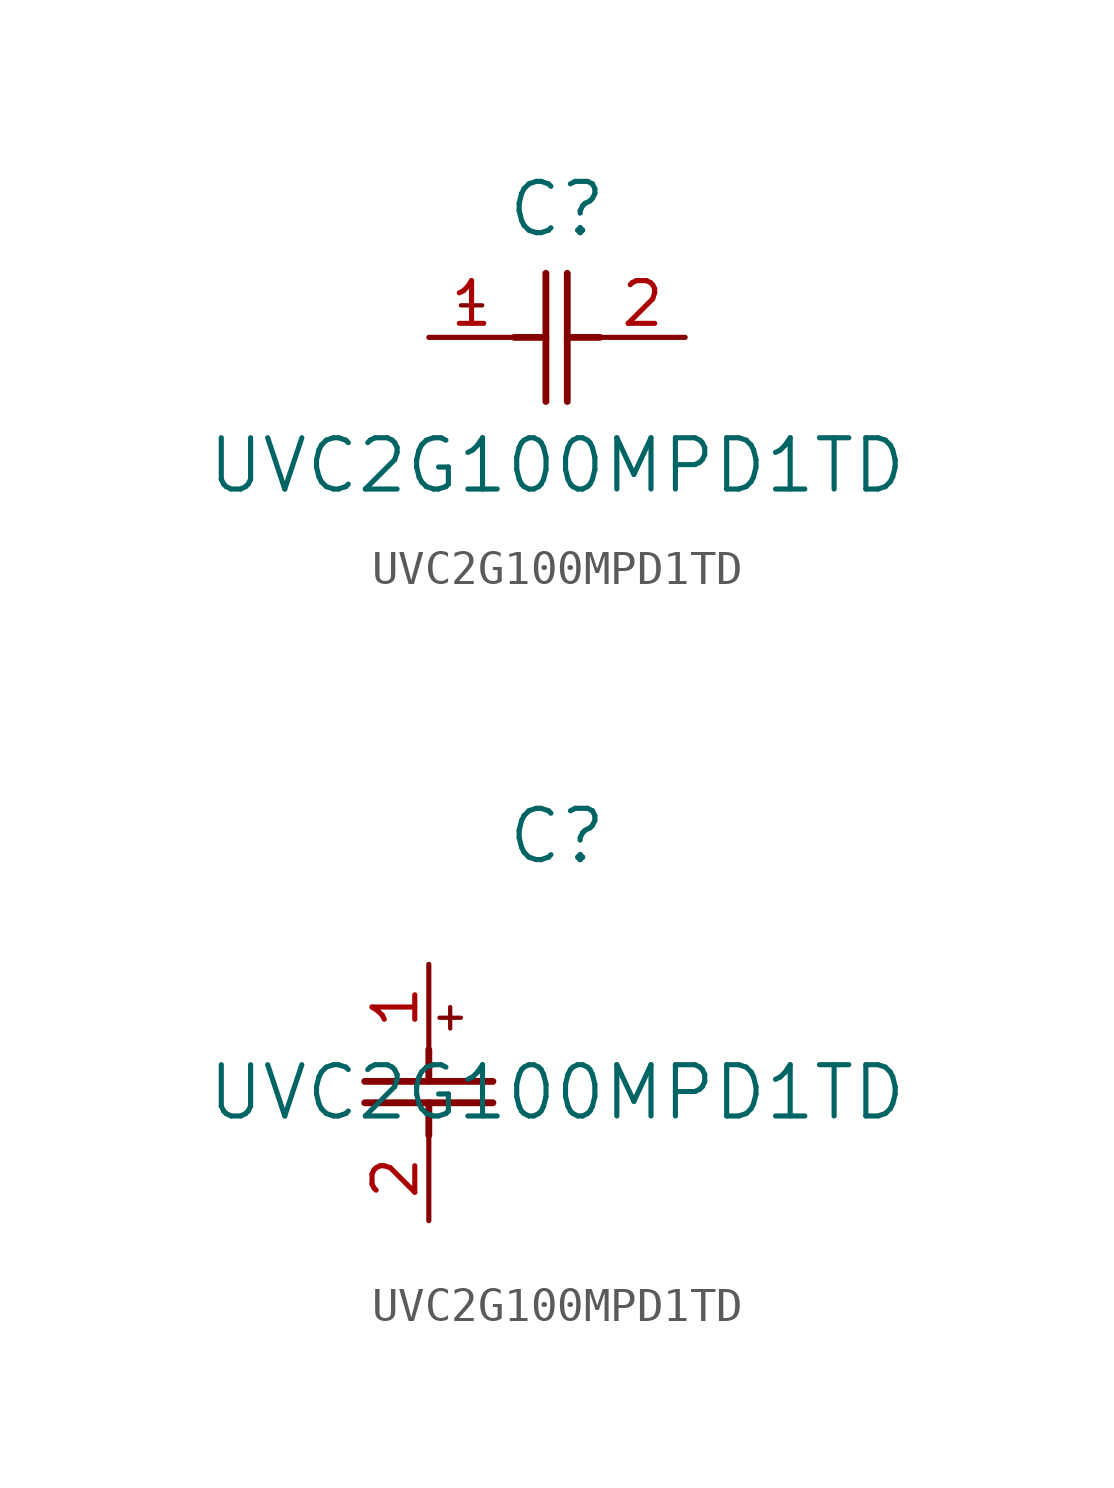
<source format=kicad_sym>
(kicad_symbol_lib
  (version 20211014)
  (generator kicad_symbol_editor)
  (symbol "UVC2G100MPD1TD"
    (pin_names
      (offset 0.254))
    (property "Reference" "C"
      (at 3.81 3.81 0)
      (effects (font (size 1.524 1.524))))
    (property "Value" "UVC2G100MPD1TD"
      (at 3.81 -3.81 0)
      (effects (font (size 1.524 1.524))))
    (symbol "UVC2G100MPD1TD_1_1"
      (polyline (pts (xy 3.48 -1.905) (xy 3.48 1.905)) (stroke (width 0.203) (type default) (color 0 0 0 0)) (fill (type none)))
      (polyline (pts (xy 4.115 -1.905) (xy 4.115 1.905)) (stroke (width 0.203) (type default) (color 0 0 0 0)) (fill (type none)))
      (polyline (pts (xy 4.115 0) (xy 5.08 0)) (stroke (width 0.203) (type default) (color 0 0 0 0)) (fill (type none)))
      (polyline (pts (xy 2.54 0) (xy 3.48 0)) (stroke (width 0.203) (type default) (color 0 0 0 0)) (fill (type none)))
      (polyline (pts (xy 1.27 1.27) (xy 1.27 0.635)) (stroke (width 0.127) (type default) (color 0 0 0 0)) (fill (type none)))
      (polyline (pts (xy 0.953 0.953) (xy 1.587 0.953)) (stroke (width 0.127) (type default) (color 0 0 0 0)) (fill (type none)))
      (pin unspecified line (at 0 0 0) (length 2.54) (name "" (effects (font (size 1.27 1.27)))) (number "1" (effects (font (size 1.27 1.27)))))
      (pin unspecified line (at 7.62 0 180) (length 2.54) (name "" (effects (font (size 1.27 1.27)))) (number "2" (effects (font (size 1.27 1.27))))))
    (symbol "UVC2G100MPD1TD_1_2"
      (polyline (pts (xy -1.905 -3.48) (xy 1.905 -3.48)) (stroke (width 0.203) (type default) (color 0 0 0 0)) (fill (type none)))
      (polyline (pts (xy -1.905 -4.115) (xy 1.905 -4.115)) (stroke (width 0.203) (type default) (color 0 0 0 0)) (fill (type none)))
      (polyline (pts (xy 0 -4.115) (xy 0 -5.08)) (stroke (width 0.203) (type default) (color 0 0 0 0)) (fill (type none)))
      (polyline (pts (xy 0 -2.54) (xy 0 -3.48)) (stroke (width 0.203) (type default) (color 0 0 0 0)) (fill (type none)))
      (polyline (pts (xy 0.635 -1.27) (xy 0.635 -1.905)) (stroke (width 0.127) (type default) (color 0 0 0 0)) (fill (type none)))
      (polyline (pts (xy 0.318 -1.587) (xy 0.953 -1.587)) (stroke (width 0.127) (type default) (color 0 0 0 0)) (fill (type none)))
      (pin unspecified line (at 0 0 270) (length 2.54) (name "" (effects (font (size 1.27 1.27)))) (number "1" (effects (font (size 1.27 1.27)))))
      (pin unspecified line (at 0 -7.62 90) (length 2.54) (name "" (effects (font (size 1.27 1.27)))) (number "2" (effects (font (size 1.27 1.27))))))))
</source>
